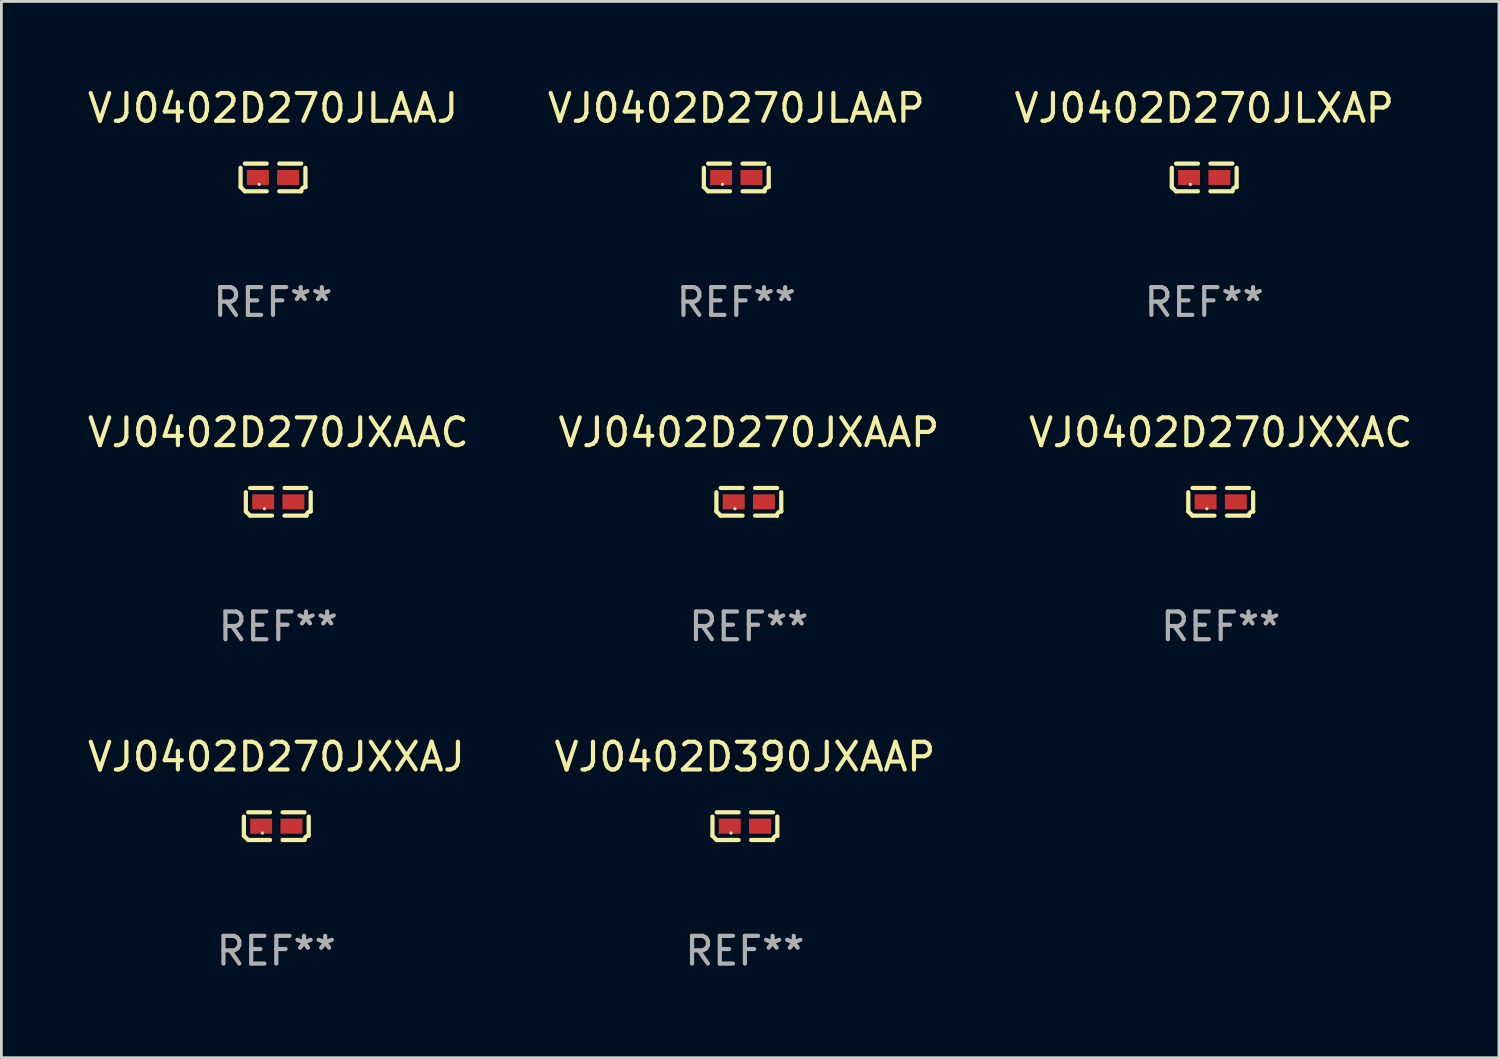
<source format=kicad_pcb>
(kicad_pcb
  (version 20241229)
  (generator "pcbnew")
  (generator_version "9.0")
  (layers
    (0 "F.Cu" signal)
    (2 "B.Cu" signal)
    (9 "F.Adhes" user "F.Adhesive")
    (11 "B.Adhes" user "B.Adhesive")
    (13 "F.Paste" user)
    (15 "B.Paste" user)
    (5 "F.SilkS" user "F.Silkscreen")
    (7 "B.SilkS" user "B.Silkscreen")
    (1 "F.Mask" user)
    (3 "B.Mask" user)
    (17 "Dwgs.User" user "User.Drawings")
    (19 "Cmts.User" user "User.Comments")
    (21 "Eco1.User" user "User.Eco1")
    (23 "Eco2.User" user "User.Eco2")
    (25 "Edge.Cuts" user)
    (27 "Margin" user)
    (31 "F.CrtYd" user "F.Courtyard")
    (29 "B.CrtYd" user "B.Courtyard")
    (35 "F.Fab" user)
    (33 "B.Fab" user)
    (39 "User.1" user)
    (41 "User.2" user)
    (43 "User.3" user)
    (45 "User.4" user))
  (footprint "VJ0402D270JXXAJ"
    (layer "F.Cu")
    (at 6.911 26.734)
    (property "Reference" "VJ0402D270JXXAJ" (at 0 -2.499 0) (layer "F.SilkS") (effects (font (size 1 1) (thickness 0.15))))
    (attr through_hole)
    (fp_line (start -1.169 0.346) (end -1.169 -0.346) (stroke (width 0.152) (type solid)) (layer "F.SilkS"))
    (fp_line (start -1.016 -0.499) (end -0.226 -0.499) (stroke (width 0.152) (type solid)) (layer "F.SilkS"))
    (fp_line (start -0.226 0.499) (end -1.016 0.499) (stroke (width 0.152) (type solid)) (layer "F.SilkS"))
    (fp_line (start 0.226 0.499) (end 1.016 0.499) (stroke (width 0.152) (type solid)) (layer "F.SilkS"))
    (fp_line (start 1.016 -0.499) (end 0.226 -0.499) (stroke (width 0.152) (type solid)) (layer "F.SilkS"))
    (fp_line (start 1.169 0.346) (end 1.169 -0.346) (stroke (width 0.152) (type solid)) (layer "F.SilkS"))
    (fp_arc (start -1.016307 0.498603) (mid -1.092512 0.422405) (end -1.16871 0.3462) (stroke (width 0.1524) (type solid)) (layer "F.SilkS"))
    (fp_arc (start 1.016307 0.498603) (mid 1.060899 0.390758) (end 1.168707 0.346076) (stroke (width 0.1524) (type solid)) (layer "F.SilkS"))
    (fp_circle (center -0.5 0.25) (end -0.47 0.25) (stroke (width 0.06) (type solid)) (fill no) (layer "F.SilkS"))
    (fp_text user "REF**" (at 0 4.499 0) (layer "F.Fab") (effects (font (size 1 1) (thickness 0.15))))
    (pad "1" smd rect (at -0.545 0) (size 0.79 0.54) (layers "F.Cu" "F.Mask" "F.Paste"))
    (pad "2" smd rect (at 0.545 0) (size 0.79 0.54) (layers "F.Cu" "F.Mask" "F.Paste")))
  (footprint "VJ0402D270JXAAP"
    (layer "F.Cu")
    (at 23.946 15.041)
    (property "Reference" "VJ0402D270JXAAP" (at 0 -2.499 0) (layer "F.SilkS") (effects (font (size 1 1) (thickness 0.15))))
    (attr through_hole)
    (fp_line (start -1.169 0.346) (end -1.169 -0.346) (stroke (width 0.152) (type solid)) (layer "F.SilkS"))
    (fp_line (start -1.016 -0.499) (end -0.226 -0.499) (stroke (width 0.152) (type solid)) (layer "F.SilkS"))
    (fp_line (start -0.226 0.499) (end -1.016 0.499) (stroke (width 0.152) (type solid)) (layer "F.SilkS"))
    (fp_line (start 0.226 0.499) (end 1.016 0.499) (stroke (width 0.152) (type solid)) (layer "F.SilkS"))
    (fp_line (start 1.016 -0.499) (end 0.226 -0.499) (stroke (width 0.152) (type solid)) (layer "F.SilkS"))
    (fp_line (start 1.169 0.346) (end 1.169 -0.346) (stroke (width 0.152) (type solid)) (layer "F.SilkS"))
    (fp_arc (start -1.016307 0.498603) (mid -1.092512 0.422405) (end -1.16871 0.3462) (stroke (width 0.1524) (type solid)) (layer "F.SilkS"))
    (fp_arc (start 1.016307 0.498603) (mid 1.060899 0.390758) (end 1.168707 0.346076) (stroke (width 0.1524) (type solid)) (layer "F.SilkS"))
    (fp_circle (center -0.5 0.25) (end -0.47 0.25) (stroke (width 0.06) (type solid)) (fill no) (layer "F.SilkS"))
    (fp_text user "REF**" (at 0 4.499 0) (layer "F.Fab") (effects (font (size 1 1) (thickness 0.15))))
    (pad "1" smd rect (at -0.545 0) (size 0.79 0.54) (layers "F.Cu" "F.Mask" "F.Paste"))
    (pad "2" smd rect (at 0.545 0) (size 0.79 0.54) (layers "F.Cu" "F.Mask" "F.Paste")))
  (footprint "VJ0402D270JLXAP"
    (layer "F.Cu")
    (at 40.363 3.347)
    (property "Reference" "VJ0402D270JLXAP" (at 0 -2.499 0) (layer "F.SilkS") (effects (font (size 1 1) (thickness 0.15))))
    (attr through_hole)
    (fp_line (start -1.169 0.346) (end -1.169 -0.346) (stroke (width 0.152) (type solid)) (layer "F.SilkS"))
    (fp_line (start -1.016 -0.499) (end -0.226 -0.499) (stroke (width 0.152) (type solid)) (layer "F.SilkS"))
    (fp_line (start -0.226 0.499) (end -1.016 0.499) (stroke (width 0.152) (type solid)) (layer "F.SilkS"))
    (fp_line (start 0.226 0.499) (end 1.016 0.499) (stroke (width 0.152) (type solid)) (layer "F.SilkS"))
    (fp_line (start 1.016 -0.499) (end 0.226 -0.499) (stroke (width 0.152) (type solid)) (layer "F.SilkS"))
    (fp_line (start 1.169 0.346) (end 1.169 -0.346) (stroke (width 0.152) (type solid)) (layer "F.SilkS"))
    (fp_arc (start -1.016307 0.498603) (mid -1.092512 0.422405) (end -1.16871 0.3462) (stroke (width 0.1524) (type solid)) (layer "F.SilkS"))
    (fp_arc (start 1.016307 0.498603) (mid 1.060899 0.390758) (end 1.168707 0.346076) (stroke (width 0.1524) (type solid)) (layer "F.SilkS"))
    (fp_circle (center -0.5 0.25) (end -0.47 0.25) (stroke (width 0.06) (type solid)) (fill no) (layer "F.SilkS"))
    (fp_text user "REF**" (at 0 4.499 0) (layer "F.Fab") (effects (font (size 1 1) (thickness 0.15))))
    (pad "1" smd rect (at -0.545 0) (size 0.79 0.54) (layers "F.Cu" "F.Mask" "F.Paste"))
    (pad "2" smd rect (at 0.545 0) (size 0.79 0.54) (layers "F.Cu" "F.Mask" "F.Paste")))
  (footprint "VJ0402D270JXAAC"
    (layer "F.Cu")
    (at 6.982 15.041)
    (property "Reference" "VJ0402D270JXAAC" (at 0 -2.499 0) (layer "F.SilkS") (effects (font (size 1 1) (thickness 0.15))))
    (attr through_hole)
    (fp_line (start -1.169 0.346) (end -1.169 -0.346) (stroke (width 0.152) (type solid)) (layer "F.SilkS"))
    (fp_line (start -1.016 -0.499) (end -0.226 -0.499) (stroke (width 0.152) (type solid)) (layer "F.SilkS"))
    (fp_line (start -0.226 0.499) (end -1.016 0.499) (stroke (width 0.152) (type solid)) (layer "F.SilkS"))
    (fp_line (start 0.226 0.499) (end 1.016 0.499) (stroke (width 0.152) (type solid)) (layer "F.SilkS"))
    (fp_line (start 1.016 -0.499) (end 0.226 -0.499) (stroke (width 0.152) (type solid)) (layer "F.SilkS"))
    (fp_line (start 1.169 0.346) (end 1.169 -0.346) (stroke (width 0.152) (type solid)) (layer "F.SilkS"))
    (fp_arc (start -1.016307 0.498603) (mid -1.092512 0.422405) (end -1.16871 0.3462) (stroke (width 0.1524) (type solid)) (layer "F.SilkS"))
    (fp_arc (start 1.016307 0.498603) (mid 1.060899 0.390758) (end 1.168707 0.346076) (stroke (width 0.1524) (type solid)) (layer "F.SilkS"))
    (fp_circle (center -0.5 0.25) (end -0.47 0.25) (stroke (width 0.06) (type solid)) (fill no) (layer "F.SilkS"))
    (fp_text user "REF**" (at 0 4.499 0) (layer "F.Fab") (effects (font (size 1 1) (thickness 0.15))))
    (pad "1" smd rect (at -0.545 0) (size 0.79 0.54) (layers "F.Cu" "F.Mask" "F.Paste"))
    (pad "2" smd rect (at 0.545 0) (size 0.79 0.54) (layers "F.Cu" "F.Mask" "F.Paste")))
  (footprint "VJ0402D390JXAAP"
    (layer "F.Cu")
    (at 23.804 26.734)
    (property "Reference" "VJ0402D390JXAAP" (at 0 -2.499 0) (layer "F.SilkS") (effects (font (size 1 1) (thickness 0.15))))
    (attr through_hole)
    (fp_line (start -1.169 0.346) (end -1.169 -0.346) (stroke (width 0.152) (type solid)) (layer "F.SilkS"))
    (fp_line (start -1.016 -0.499) (end -0.226 -0.499) (stroke (width 0.152) (type solid)) (layer "F.SilkS"))
    (fp_line (start -0.226 0.499) (end -1.016 0.499) (stroke (width 0.152) (type solid)) (layer "F.SilkS"))
    (fp_line (start 0.226 0.499) (end 1.016 0.499) (stroke (width 0.152) (type solid)) (layer "F.SilkS"))
    (fp_line (start 1.016 -0.499) (end 0.226 -0.499) (stroke (width 0.152) (type solid)) (layer "F.SilkS"))
    (fp_line (start 1.169 0.346) (end 1.169 -0.346) (stroke (width 0.152) (type solid)) (layer "F.SilkS"))
    (fp_arc (start -1.016307 0.498603) (mid -1.092512 0.422405) (end -1.16871 0.3462) (stroke (width 0.1524) (type solid)) (layer "F.SilkS"))
    (fp_arc (start 1.016307 0.498603) (mid 1.060899 0.390758) (end 1.168707 0.346076) (stroke (width 0.1524) (type solid)) (layer "F.SilkS"))
    (fp_circle (center -0.5 0.25) (end -0.47 0.25) (stroke (width 0.06) (type solid)) (fill no) (layer "F.SilkS"))
    (fp_text user "REF**" (at 0 4.499 0) (layer "F.Fab") (effects (font (size 1 1) (thickness 0.15))))
    (pad "1" smd rect (at -0.545 0) (size 0.79 0.54) (layers "F.Cu" "F.Mask" "F.Paste"))
    (pad "2" smd rect (at 0.545 0) (size 0.79 0.54) (layers "F.Cu" "F.Mask" "F.Paste")))
  (footprint "VJ0402D270JLAAP"
    (layer "F.Cu")
    (at 23.494 3.347)
    (property "Reference" "VJ0402D270JLAAP" (at 0 -2.499 0) (layer "F.SilkS") (effects (font (size 1 1) (thickness 0.15))))
    (attr through_hole)
    (fp_line (start -1.169 0.346) (end -1.169 -0.346) (stroke (width 0.152) (type solid)) (layer "F.SilkS"))
    (fp_line (start -1.016 -0.499) (end -0.226 -0.499) (stroke (width 0.152) (type solid)) (layer "F.SilkS"))
    (fp_line (start -0.226 0.499) (end -1.016 0.499) (stroke (width 0.152) (type solid)) (layer "F.SilkS"))
    (fp_line (start 0.226 0.499) (end 1.016 0.499) (stroke (width 0.152) (type solid)) (layer "F.SilkS"))
    (fp_line (start 1.016 -0.499) (end 0.226 -0.499) (stroke (width 0.152) (type solid)) (layer "F.SilkS"))
    (fp_line (start 1.169 0.346) (end 1.169 -0.346) (stroke (width 0.152) (type solid)) (layer "F.SilkS"))
    (fp_arc (start -1.016307 0.498603) (mid -1.092512 0.422405) (end -1.16871 0.3462) (stroke (width 0.1524) (type solid)) (layer "F.SilkS"))
    (fp_arc (start 1.016307 0.498603) (mid 1.060899 0.390758) (end 1.168707 0.346076) (stroke (width 0.1524) (type solid)) (layer "F.SilkS"))
    (fp_circle (center -0.5 0.25) (end -0.47 0.25) (stroke (width 0.06) (type solid)) (fill no) (layer "F.SilkS"))
    (fp_text user "REF**" (at 0 4.499 0) (layer "F.Fab") (effects (font (size 1 1) (thickness 0.15))))
    (pad "1" smd rect (at -0.545 0) (size 0.79 0.54) (layers "F.Cu" "F.Mask" "F.Paste"))
    (pad "2" smd rect (at 0.545 0) (size 0.79 0.54) (layers "F.Cu" "F.Mask" "F.Paste")))
  (footprint "VJ0402D270JLAAJ"
    (layer "F.Cu")
    (at 6.792 3.347)
    (property "Reference" "VJ0402D270JLAAJ" (at 0 -2.499 0) (layer "F.SilkS") (effects (font (size 1 1) (thickness 0.15))))
    (attr through_hole)
    (fp_line (start -1.169 0.346) (end -1.169 -0.346) (stroke (width 0.152) (type solid)) (layer "F.SilkS"))
    (fp_line (start -1.016 -0.499) (end -0.226 -0.499) (stroke (width 0.152) (type solid)) (layer "F.SilkS"))
    (fp_line (start -0.226 0.499) (end -1.016 0.499) (stroke (width 0.152) (type solid)) (layer "F.SilkS"))
    (fp_line (start 0.226 0.499) (end 1.016 0.499) (stroke (width 0.152) (type solid)) (layer "F.SilkS"))
    (fp_line (start 1.016 -0.499) (end 0.226 -0.499) (stroke (width 0.152) (type solid)) (layer "F.SilkS"))
    (fp_line (start 1.169 0.346) (end 1.169 -0.346) (stroke (width 0.152) (type solid)) (layer "F.SilkS"))
    (fp_arc (start -1.016307 0.498603) (mid -1.092512 0.422405) (end -1.16871 0.3462) (stroke (width 0.1524) (type solid)) (layer "F.SilkS"))
    (fp_arc (start 1.016307 0.498603) (mid 1.060899 0.390758) (end 1.168707 0.346076) (stroke (width 0.1524) (type solid)) (layer "F.SilkS"))
    (fp_circle (center -0.5 0.25) (end -0.47 0.25) (stroke (width 0.06) (type solid)) (fill no) (layer "F.SilkS"))
    (fp_text user "REF**" (at 0 4.499 0) (layer "F.Fab") (effects (font (size 1 1) (thickness 0.15))))
    (pad "1" smd rect (at -0.545 0) (size 0.79 0.54) (layers "F.Cu" "F.Mask" "F.Paste"))
    (pad "2" smd rect (at 0.545 0) (size 0.79 0.54) (layers "F.Cu" "F.Mask" "F.Paste")))
  (footprint "VJ0402D270JXXAC"
    (layer "F.Cu")
    (at 40.958 15.041)
    (property "Reference" "VJ0402D270JXXAC" (at 0 -2.499 0) (layer "F.SilkS") (effects (font (size 1 1) (thickness 0.15))))
    (attr through_hole)
    (fp_line (start -1.169 0.346) (end -1.169 -0.346) (stroke (width 0.152) (type solid)) (layer "F.SilkS"))
    (fp_line (start -1.016 -0.499) (end -0.226 -0.499) (stroke (width 0.152) (type solid)) (layer "F.SilkS"))
    (fp_line (start -0.226 0.499) (end -1.016 0.499) (stroke (width 0.152) (type solid)) (layer "F.SilkS"))
    (fp_line (start 0.226 0.499) (end 1.016 0.499) (stroke (width 0.152) (type solid)) (layer "F.SilkS"))
    (fp_line (start 1.016 -0.499) (end 0.226 -0.499) (stroke (width 0.152) (type solid)) (layer "F.SilkS"))
    (fp_line (start 1.169 0.346) (end 1.169 -0.346) (stroke (width 0.152) (type solid)) (layer "F.SilkS"))
    (fp_arc (start -1.016307 0.498603) (mid -1.092512 0.422405) (end -1.16871 0.3462) (stroke (width 0.1524) (type solid)) (layer "F.SilkS"))
    (fp_arc (start 1.016307 0.498603) (mid 1.060899 0.390758) (end 1.168707 0.346076) (stroke (width 0.1524) (type solid)) (layer "F.SilkS"))
    (fp_circle (center -0.5 0.25) (end -0.47 0.25) (stroke (width 0.06) (type solid)) (fill no) (layer "F.SilkS"))
    (fp_text user "REF**" (at 0 4.499 0) (layer "F.Fab") (effects (font (size 1 1) (thickness 0.15))))
    (pad "1" smd rect (at -0.545 0) (size 0.79 0.54) (layers "F.Cu" "F.Mask" "F.Paste"))
    (pad "2" smd rect (at 0.545 0) (size 0.79 0.54) (layers "F.Cu" "F.Mask" "F.Paste")))
  (gr_rect
    (start -3 -3)
    (end 50.988 35.081)
    (stroke (width 0.1) (type default))
    (fill no)
    (layer "Edge.Cuts")))
</source>
